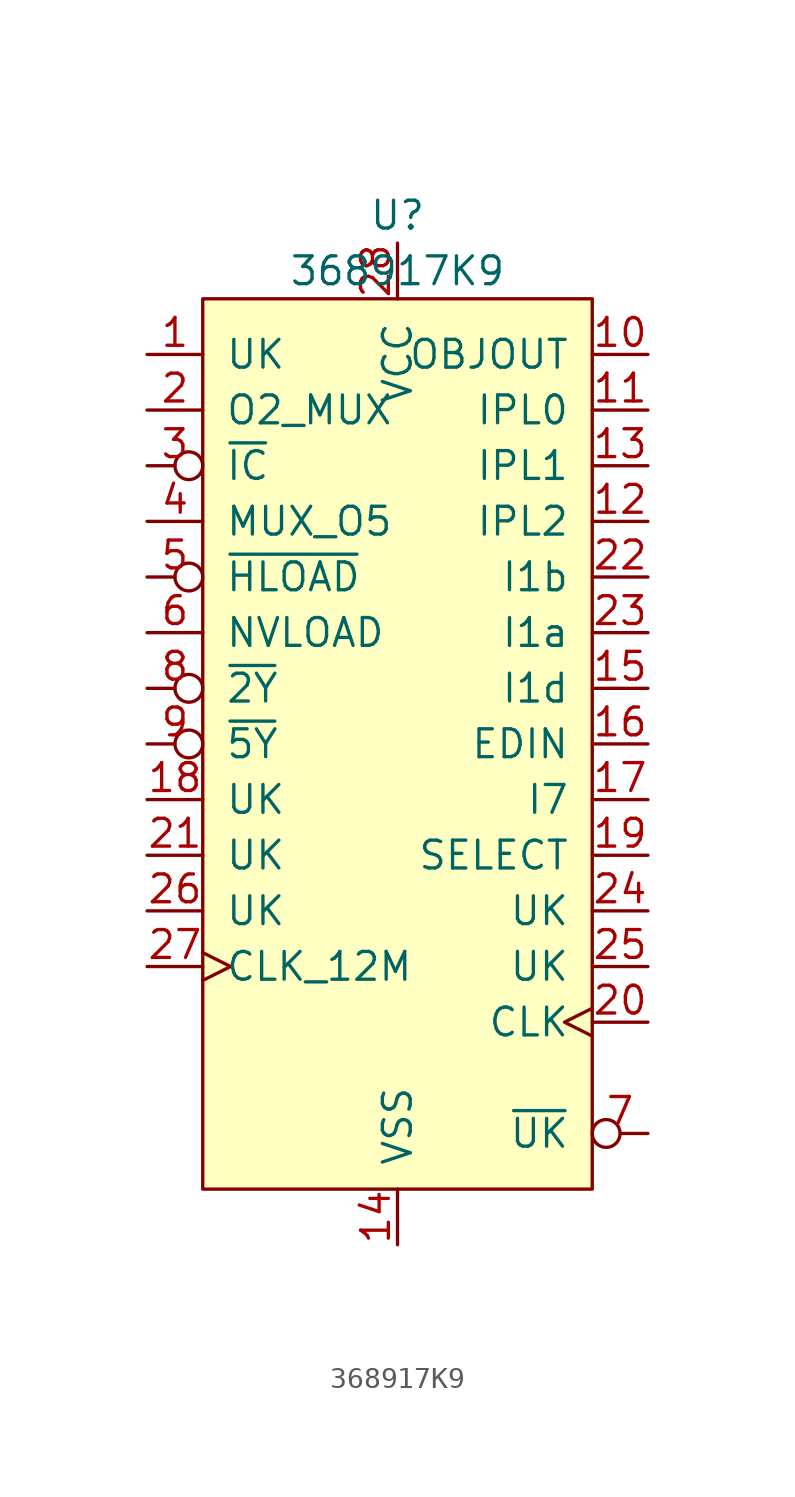
<source format=kicad_sym>
(kicad_symbol_lib
  (version 20211014)
  (generator kicad_symbol_editor)
  (symbol "368917K9"
    (pin_names
      (offset 1.016))
    (property "Reference" "U"
      (at 0 24.13 0)
      (effects (font (size 1.27 1.27))))
    (property "Value" "368917K9"
      (at 0 21.59 0)
      (effects (font (size 1.27 1.27))))
    (symbol "368917K9_0_1"
      (rectangle (start -8.89 20.32) (end 8.89 -20.32) (stroke (width 0) (type default) (color 0 0 0 0)) (fill (type background))))
    (symbol "368917K9_1_1"
      (pin input line (at -11.43 17.78 0) (length 2.54) (name "UK" (effects (font (size 1.27 1.27)))) (number "1" (effects (font (size 1.27 1.27)))))
      (pin output line (at 11.43 17.78 180) (length 2.54) (name "OBJOUT" (effects (font (size 1.27 1.27)))) (number "10" (effects (font (size 1.27 1.27)))))
      (pin output line (at 11.43 15.24 180) (length 2.54) (name "IPL0" (effects (font (size 1.27 1.27)))) (number "11" (effects (font (size 1.27 1.27)))))
      (pin output line (at 11.43 10.16 180) (length 2.54) (name "IPL2" (effects (font (size 1.27 1.27)))) (number "12" (effects (font (size 1.27 1.27)))))
      (pin output line (at 11.43 12.7 180) (length 2.54) (name "IPL1" (effects (font (size 1.27 1.27)))) (number "13" (effects (font (size 1.27 1.27)))))
      (pin power_in line (at 0 -22.86 90) (length 2.54) (name "VSS" (effects (font (size 1.27 1.27)))) (number "14" (effects (font (size 1.27 1.27)))))
      (pin output line (at 11.43 2.54 180) (length 2.54) (name "I1d" (effects (font (size 1.27 1.27)))) (number "15" (effects (font (size 1.27 1.27)))))
      (pin output line (at 11.43 0 180) (length 2.54) (name "EDIN" (effects (font (size 1.27 1.27)))) (number "16" (effects (font (size 1.27 1.27)))))
      (pin output line (at 11.43 -2.54 180) (length 2.54) (name "I7" (effects (font (size 1.27 1.27)))) (number "17" (effects (font (size 1.27 1.27)))))
      (pin input line (at -11.43 -2.54 0) (length 2.54) (name "UK" (effects (font (size 1.27 1.27)))) (number "18" (effects (font (size 1.27 1.27)))))
      (pin output line (at 11.43 -5.08 180) (length 2.54) (name "SELECT" (effects (font (size 1.27 1.27)))) (number "19" (effects (font (size 1.27 1.27)))))
      (pin input line (at -11.43 15.24 0) (length 2.54) (name "O2_MUX" (effects (font (size 1.27 1.27)))) (number "2" (effects (font (size 1.27 1.27)))))
      (pin output clock (at 11.43 -12.7 180) (length 2.54) (name "CLK" (effects (font (size 1.27 1.27)))) (number "20" (effects (font (size 1.27 1.27)))))
      (pin input line (at -11.43 -5.08 0) (length 2.54) (name "UK" (effects (font (size 1.27 1.27)))) (number "21" (effects (font (size 1.27 1.27)))))
      (pin output line (at 11.43 7.62 180) (length 2.54) (name "I1b" (effects (font (size 1.27 1.27)))) (number "22" (effects (font (size 1.27 1.27)))))
      (pin output line (at 11.43 5.08 180) (length 2.54) (name "I1a" (effects (font (size 1.27 1.27)))) (number "23" (effects (font (size 1.27 1.27)))))
      (pin output line (at 11.43 -7.62 180) (length 2.54) (name "UK" (effects (font (size 1.27 1.27)))) (number "24" (effects (font (size 1.27 1.27)))))
      (pin output line (at 11.43 -10.16 180) (length 2.54) (name "UK" (effects (font (size 1.27 1.27)))) (number "25" (effects (font (size 1.27 1.27)))))
      (pin input line (at -11.43 -7.62 0) (length 2.54) (name "UK" (effects (font (size 1.27 1.27)))) (number "26" (effects (font (size 1.27 1.27)))))
      (pin input clock (at -11.43 -10.16 0) (length 2.54) (name "CLK_12M" (effects (font (size 1.27 1.27)))) (number "27" (effects (font (size 1.27 1.27)))))
      (pin power_in line (at 0 22.86 270) (length 2.54) (name "VCC" (effects (font (size 1.27 1.27)))) (number "28" (effects (font (size 1.27 1.27)))))
      (pin input inverted (at -11.43 12.7 0) (length 2.54) (name "~{IC}" (effects (font (size 1.27 1.27)))) (number "3" (effects (font (size 1.27 1.27)))))
      (pin input line (at -11.43 10.16 0) (length 2.54) (name "MUX_O5" (effects (font (size 1.27 1.27)))) (number "4" (effects (font (size 1.27 1.27)))))
      (pin input inverted (at -11.43 7.62 0) (length 2.54) (name "~{HLOAD}" (effects (font (size 1.27 1.27)))) (number "5" (effects (font (size 1.27 1.27)))))
      (pin input line (at -11.43 5.08 0) (length 2.54) (name "NVLOAD" (effects (font (size 1.27 1.27)))) (number "6" (effects (font (size 1.27 1.27)))))
      (pin output inverted (at 11.43 -17.78 180) (length 2.54) (name "~{UK}" (effects (font (size 1.27 1.27)))) (number "7" (effects (font (size 1.27 1.27)))))
      (pin input inverted (at -11.43 2.54 0) (length 2.54) (name "~{2Y}" (effects (font (size 1.27 1.27)))) (number "8" (effects (font (size 1.27 1.27)))))
      (pin input inverted (at -11.43 0 0) (length 2.54) (name "~{5Y}" (effects (font (size 1.27 1.27)))) (number "9" (effects (font (size 1.27 1.27))))))))
</source>
